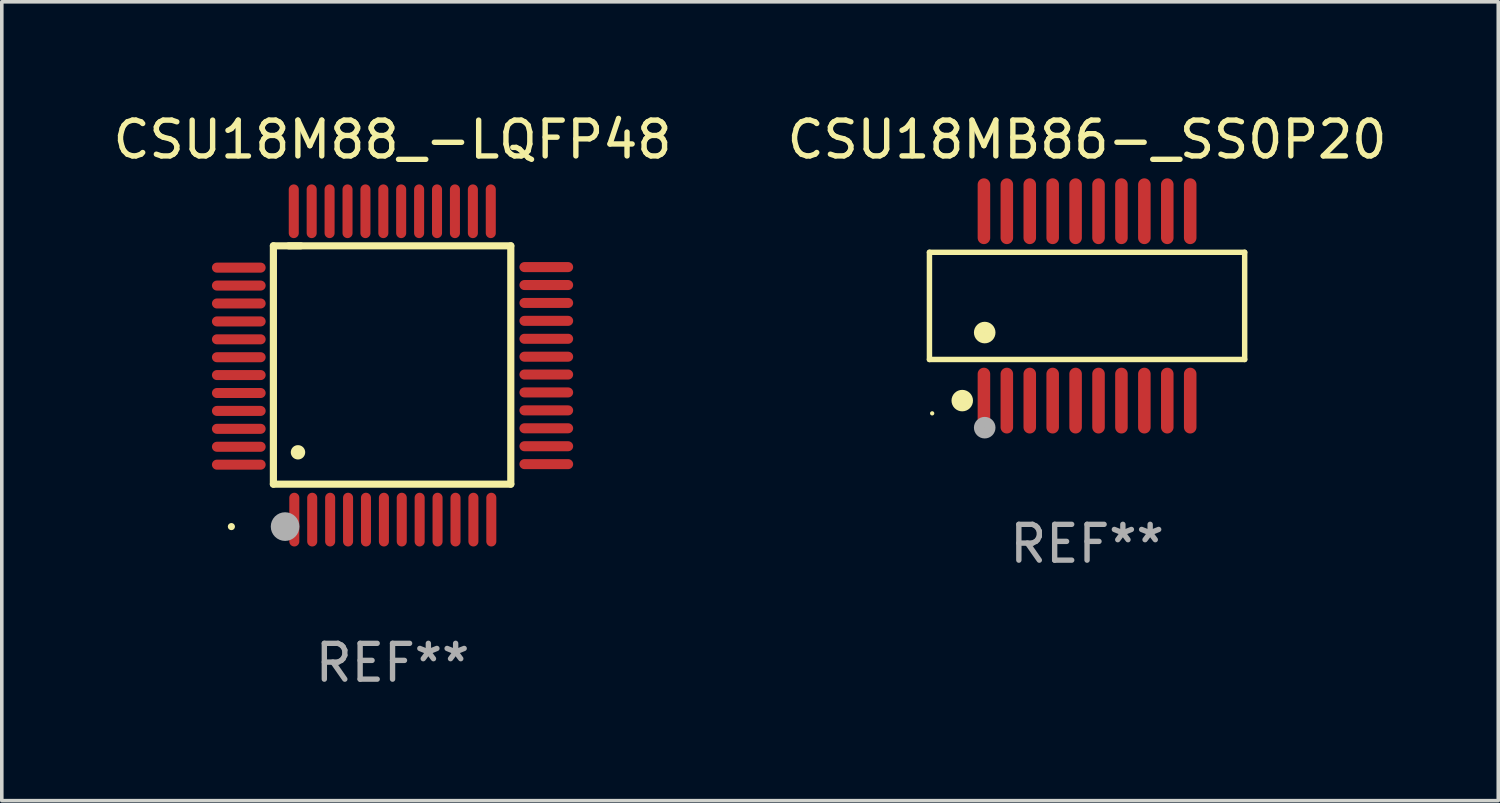
<source format=kicad_pcb>
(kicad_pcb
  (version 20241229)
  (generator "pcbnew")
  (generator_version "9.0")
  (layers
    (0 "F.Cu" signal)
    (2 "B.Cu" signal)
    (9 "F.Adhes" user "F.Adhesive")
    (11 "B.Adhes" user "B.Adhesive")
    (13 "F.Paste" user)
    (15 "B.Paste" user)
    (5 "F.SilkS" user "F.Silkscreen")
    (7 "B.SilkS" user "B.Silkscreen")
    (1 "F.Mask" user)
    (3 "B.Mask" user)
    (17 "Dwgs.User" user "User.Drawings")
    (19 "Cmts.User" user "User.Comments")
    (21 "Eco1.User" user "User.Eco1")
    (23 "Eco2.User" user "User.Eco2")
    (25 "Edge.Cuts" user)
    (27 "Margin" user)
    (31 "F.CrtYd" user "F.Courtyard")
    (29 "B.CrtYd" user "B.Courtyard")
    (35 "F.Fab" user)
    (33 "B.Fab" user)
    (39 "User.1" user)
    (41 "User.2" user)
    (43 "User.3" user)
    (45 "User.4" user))
  (footprint "CSU18MB86-_SS0P20"
    (layer "F.Cu")
    (at 27.304 5.492)
    (property "Reference" "CSU18MB86-_SS0P20" (at 0 -4.644 0) (layer "F.SilkS") (effects (font (size 1 1) (thickness 0.15))))
    (attr through_hole)
    (fp_line (start -4.401 -1.497) (end 4.401 -1.497) (stroke (width 0.152) (type solid)) (layer "F.SilkS"))
    (fp_line (start -4.401 1.496) (end -4.401 -1.497) (stroke (width 0.152) (type solid)) (layer "F.SilkS"))
    (fp_line (start 4.401 -1.497) (end 4.401 1.496) (stroke (width 0.152) (type solid)) (layer "F.SilkS"))
    (fp_line (start 4.401 1.496) (end -4.401 1.496) (stroke (width 0.152) (type solid)) (layer "F.SilkS"))
    (fp_circle (center -4.325 3) (end -4.295 3) (stroke (width 0.06) (type solid)) (fill no) (layer "F.SilkS"))
    (fp_circle (center -3.485 2.644) (end -3.335 2.644) (stroke (width 0.3) (type solid)) (fill no) (layer "F.SilkS"))
    (fp_circle (center -2.858 0.744) (end -2.707 0.744) (stroke (width 0.3) (type solid)) (fill no) (layer "F.SilkS"))
    (fp_circle (center -2.858 3.4) (end -2.707 3.4) (stroke (width 0.3) (type solid)) (fill no) (layer "F.Fab"))
    (fp_text user "REF**" (at 0 6.644 0) (layer "F.Fab") (effects (font (size 1 1) (thickness 0.15))))
    (pad "1" smd oval (at -2.88 2.644) (size 0.35 1.837) (layers "F.Cu" "F.Mask" "F.Paste"))
    (pad "2" smd oval (at -2.24 2.644) (size 0.35 1.837) (layers "F.Cu" "F.Mask" "F.Paste"))
    (pad "3" smd oval (at -1.6 2.644) (size 0.35 1.837) (layers "F.Cu" "F.Mask" "F.Paste"))
    (pad "4" smd oval (at -0.96 2.644) (size 0.35 1.837) (layers "F.Cu" "F.Mask" "F.Paste"))
    (pad "5" smd oval (at -0.32 2.644) (size 0.35 1.837) (layers "F.Cu" "F.Mask" "F.Paste"))
    (pad "6" smd oval (at 0.32 2.644) (size 0.35 1.837) (layers "F.Cu" "F.Mask" "F.Paste"))
    (pad "7" smd oval (at 0.96 2.644) (size 0.35 1.837) (layers "F.Cu" "F.Mask" "F.Paste"))
    (pad "8" smd oval (at 1.6 2.644) (size 0.35 1.837) (layers "F.Cu" "F.Mask" "F.Paste"))
    (pad "9" smd oval (at 2.24 2.644) (size 0.35 1.837) (layers "F.Cu" "F.Mask" "F.Paste"))
    (pad "10" smd oval (at 2.88 2.644) (size 0.35 1.837) (layers "F.Cu" "F.Mask" "F.Paste"))
    (pad "11" smd oval (at 2.88 -2.644 180) (size 0.35 1.837) (layers "F.Cu" "F.Mask" "F.Paste"))
    (pad "12" smd oval (at 2.24 -2.644 180) (size 0.35 1.837) (layers "F.Cu" "F.Mask" "F.Paste"))
    (pad "13" smd oval (at 1.6 -2.644 180) (size 0.35 1.837) (layers "F.Cu" "F.Mask" "F.Paste"))
    (pad "14" smd oval (at 0.96 -2.644 180) (size 0.35 1.837) (layers "F.Cu" "F.Mask" "F.Paste"))
    (pad "15" smd oval (at 0.32 -2.644 180) (size 0.35 1.837) (layers "F.Cu" "F.Mask" "F.Paste"))
    (pad "16" smd oval (at -0.32 -2.644 180) (size 0.35 1.837) (layers "F.Cu" "F.Mask" "F.Paste"))
    (pad "17" smd oval (at -0.96 -2.644 180) (size 0.35 1.837) (layers "F.Cu" "F.Mask" "F.Paste"))
    (pad "18" smd oval (at -1.6 -2.644 180) (size 0.35 1.837) (layers "F.Cu" "F.Mask" "F.Paste"))
    (pad "19" smd oval (at -2.24 -2.644 180) (size 0.35 1.837) (layers "F.Cu" "F.Mask" "F.Paste"))
    (pad "20" smd oval (at -2.88 -2.644 180) (size 0.35 1.837) (layers "F.Cu" "F.Mask" "F.Paste")))
  (footprint "CSU18M88_-LQFP48"
    (layer "F.Cu")
    (at 7.911 7.154)
    (property "Reference" "CSU18M88_-LQFP48" (at 0 -6.305 0) (layer "F.SilkS") (effects (font (size 1 1) (thickness 0.15))))
    (attr through_hole)
    (fp_line (start -3.327 -3.34) (end -2.565 -3.34) (stroke (width 0.2) (type solid)) (layer "F.SilkS"))
    (fp_line (start -3.327 3.315) (end -3.327 -3.34) (stroke (width 0.2) (type solid)) (layer "F.SilkS"))
    (fp_line (start -2.896 -3.34) (end 3.302 -3.34) (stroke (width 0.2) (type solid)) (layer "F.SilkS"))
    (fp_line (start 3.302 -3.34) (end 3.302 3.315) (stroke (width 0.2) (type solid)) (layer "F.SilkS"))
    (fp_line (start 3.302 3.315) (end -3.327 3.315) (stroke (width 0.2) (type solid)) (layer "F.SilkS"))
    (fp_arc (start -2.641605 2.425705) (mid -2.640335 2.425701) (end -2.639065 2.425705) (stroke (width 0.4) (type solid)) (layer "F.SilkS"))
    (fp_circle (center -4.5 4.5) (end -4.45 4.5) (stroke (width 0.1) (type solid)) (fill no) (layer "F.SilkS"))
    (fp_circle (center -3 4.5) (end -2.8 4.5) (stroke (width 0.4) (type solid)) (fill no) (layer "F.Fab"))
    (fp_text user "REF**" (at 0 8.305 0) (layer "F.Fab") (effects (font (size 1 1) (thickness 0.15))))
    (pad "1" smd oval (at -2.743 4.305 180) (size 0.28 1.5) (layers "F.Cu" "F.Mask" "F.Paste"))
    (pad "2" smd oval (at -2.243 4.305 180) (size 0.28 1.5) (layers "F.Cu" "F.Mask" "F.Paste"))
    (pad "3" smd oval (at -1.742 4.305 180) (size 0.28 1.5) (layers "F.Cu" "F.Mask" "F.Paste"))
    (pad "4" smd oval (at -1.242 4.305 180) (size 0.28 1.5) (layers "F.Cu" "F.Mask" "F.Paste"))
    (pad "5" smd oval (at -0.742 4.305 180) (size 0.28 1.5) (layers "F.Cu" "F.Mask" "F.Paste"))
    (pad "6" smd oval (at -0.241 4.305 180) (size 0.28 1.5) (layers "F.Cu" "F.Mask" "F.Paste"))
    (pad "7" smd oval (at 0.257 4.305 180) (size 0.28 1.5) (layers "F.Cu" "F.Mask" "F.Paste"))
    (pad "8" smd oval (at 0.757 4.305 180) (size 0.28 1.5) (layers "F.Cu" "F.Mask" "F.Paste"))
    (pad "9" smd oval (at 1.257 4.305 180) (size 0.28 1.5) (layers "F.Cu" "F.Mask" "F.Paste"))
    (pad "10" smd oval (at 1.758 4.305 180) (size 0.28 1.5) (layers "F.Cu" "F.Mask" "F.Paste"))
    (pad "11" smd oval (at 2.258 4.305 180) (size 0.28 1.5) (layers "F.Cu" "F.Mask" "F.Paste"))
    (pad "12" smd oval (at 2.758 4.305 180) (size 0.28 1.5) (layers "F.Cu" "F.Mask" "F.Paste"))
    (pad "13" smd oval (at 4.293 2.756 90) (size 0.28 1.5) (layers "F.Cu" "F.Mask" "F.Paste"))
    (pad "14" smd oval (at 4.293 2.256 90) (size 0.28 1.5) (layers "F.Cu" "F.Mask" "F.Paste"))
    (pad "15" smd oval (at 4.293 1.755 90) (size 0.28 1.5) (layers "F.Cu" "F.Mask" "F.Paste"))
    (pad "16" smd oval (at 4.293 1.255 90) (size 0.28 1.5) (layers "F.Cu" "F.Mask" "F.Paste"))
    (pad "17" smd oval (at 4.293 0.754 90) (size 0.28 1.5) (layers "F.Cu" "F.Mask" "F.Paste"))
    (pad "18" smd oval (at 4.293 0.254 90) (size 0.28 1.5) (layers "F.Cu" "F.Mask" "F.Paste"))
    (pad "19" smd oval (at 4.293 -0.244 90) (size 0.28 1.5) (layers "F.Cu" "F.Mask" "F.Paste"))
    (pad "20" smd oval (at 4.293 -0.744 90) (size 0.28 1.5) (layers "F.Cu" "F.Mask" "F.Paste"))
    (pad "21" smd oval (at 4.293 -1.245 90) (size 0.28 1.5) (layers "F.Cu" "F.Mask" "F.Paste"))
    (pad "22" smd oval (at 4.293 -1.745 90) (size 0.28 1.5) (layers "F.Cu" "F.Mask" "F.Paste"))
    (pad "23" smd oval (at 4.293 -2.245 90) (size 0.28 1.5) (layers "F.Cu" "F.Mask" "F.Paste"))
    (pad "24" smd oval (at 4.293 -2.746 90) (size 0.28 1.5) (layers "F.Cu" "F.Mask" "F.Paste"))
    (pad "25" smd oval (at 2.743 -4.305 180) (size 0.28 1.5) (layers "F.Cu" "F.Mask" "F.Paste"))
    (pad "26" smd oval (at 2.243 -4.305 180) (size 0.28 1.5) (layers "F.Cu" "F.Mask" "F.Paste"))
    (pad "27" smd oval (at 1.742 -4.305 180) (size 0.28 1.5) (layers "F.Cu" "F.Mask" "F.Paste"))
    (pad "28" smd oval (at 1.242 -4.305 180) (size 0.28 1.5) (layers "F.Cu" "F.Mask" "F.Paste"))
    (pad "29" smd oval (at 0.742 -4.305 180) (size 0.28 1.5) (layers "F.Cu" "F.Mask" "F.Paste"))
    (pad "30" smd oval (at 0.241 -4.305 180) (size 0.28 1.5) (layers "F.Cu" "F.Mask" "F.Paste"))
    (pad "31" smd oval (at -0.257 -4.305 180) (size 0.28 1.5) (layers "F.Cu" "F.Mask" "F.Paste"))
    (pad "32" smd oval (at -0.757 -4.305 180) (size 0.28 1.5) (layers "F.Cu" "F.Mask" "F.Paste"))
    (pad "33" smd oval (at -1.257 -4.305 180) (size 0.28 1.5) (layers "F.Cu" "F.Mask" "F.Paste"))
    (pad "34" smd oval (at -1.758 -4.305 180) (size 0.28 1.5) (layers "F.Cu" "F.Mask" "F.Paste"))
    (pad "35" smd oval (at -2.258 -4.305 180) (size 0.28 1.5) (layers "F.Cu" "F.Mask" "F.Paste"))
    (pad "36" smd oval (at -2.758 -4.305 180) (size 0.28 1.5) (layers "F.Cu" "F.Mask" "F.Paste"))
    (pad "37" smd oval (at -4.293 -2.731 90) (size 0.28 1.5) (layers "F.Cu" "F.Mask" "F.Paste"))
    (pad "38" smd oval (at -4.293 -2.23 90) (size 0.28 1.5) (layers "F.Cu" "F.Mask" "F.Paste"))
    (pad "39" smd oval (at -4.293 -1.73 90) (size 0.28 1.5) (layers "F.Cu" "F.Mask" "F.Paste"))
    (pad "40" smd oval (at -4.293 -1.229 90) (size 0.28 1.5) (layers "F.Cu" "F.Mask" "F.Paste"))
    (pad "41" smd oval (at -4.293 -0.729 90) (size 0.28 1.5) (layers "F.Cu" "F.Mask" "F.Paste"))
    (pad "42" smd oval (at -4.293 -0.229 90) (size 0.28 1.5) (layers "F.Cu" "F.Mask" "F.Paste"))
    (pad "43" smd oval (at -4.293 0.269 90) (size 0.28 1.5) (layers "F.Cu" "F.Mask" "F.Paste"))
    (pad "44" smd oval (at -4.293 0.77 90) (size 0.28 1.5) (layers "F.Cu" "F.Mask" "F.Paste"))
    (pad "45" smd oval (at -4.293 1.27 90) (size 0.28 1.5) (layers "F.Cu" "F.Mask" "F.Paste"))
    (pad "46" smd oval (at -4.293 1.77 90) (size 0.28 1.5) (layers "F.Cu" "F.Mask" "F.Paste"))
    (pad "47" smd oval (at -4.293 2.271 90) (size 0.28 1.5) (layers "F.Cu" "F.Mask" "F.Paste"))
    (pad "48" smd oval (at -4.293 2.771 90) (size 0.28 1.5) (layers "F.Cu" "F.Mask" "F.Paste")))
  (gr_rect
    (start -3 -3)
    (end 38.786 19.307)
    (stroke (width 0.1) (type default))
    (fill no)
    (layer "Edge.Cuts")))
</source>
